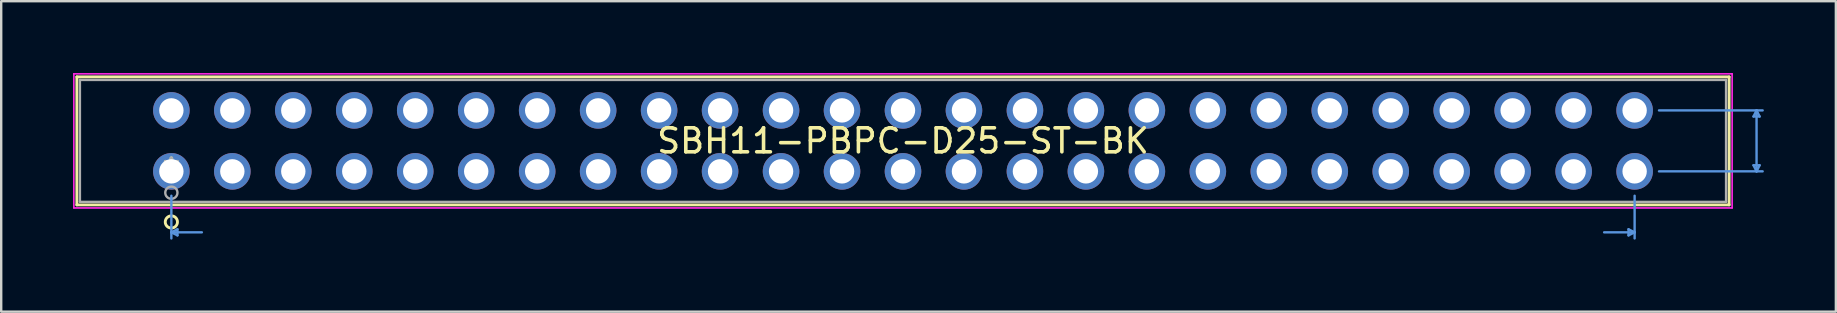
<source format=kicad_pcb>
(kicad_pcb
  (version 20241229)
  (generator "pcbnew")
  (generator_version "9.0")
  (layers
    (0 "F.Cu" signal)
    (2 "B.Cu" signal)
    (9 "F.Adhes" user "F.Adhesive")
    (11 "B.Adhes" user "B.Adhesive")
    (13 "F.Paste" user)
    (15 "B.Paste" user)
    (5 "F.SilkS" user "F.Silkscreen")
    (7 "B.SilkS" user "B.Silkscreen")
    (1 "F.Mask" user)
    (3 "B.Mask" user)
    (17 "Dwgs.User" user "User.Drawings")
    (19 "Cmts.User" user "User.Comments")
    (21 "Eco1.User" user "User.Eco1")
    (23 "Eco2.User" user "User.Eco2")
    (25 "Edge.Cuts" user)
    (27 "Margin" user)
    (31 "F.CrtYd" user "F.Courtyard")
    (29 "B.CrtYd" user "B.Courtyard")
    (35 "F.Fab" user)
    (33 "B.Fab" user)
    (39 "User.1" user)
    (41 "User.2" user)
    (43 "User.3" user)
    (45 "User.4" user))
  (footprint "SBH11-PBPC-D25-ST-BK"
    (layer "F.Cu")
    (at 4.089 4.089)
    (property "Reference" "SBH11-PBPC-D25-ST-BK" (at 30.48 -1.27 0) (layer "F.SilkS") (effects (font (size 1 1) (thickness 0.15))))
    (attr through_hole)
    (fp_line (start -3.937 -3.937) (end -3.937 1.397) (stroke (width 0.12) (type solid)) (layer "F.SilkS"))
    (fp_line (start -3.937 1.397) (end 64.897 1.397) (stroke (width 0.12) (type solid)) (layer "F.SilkS"))
    (fp_line (start 64.897 -3.937) (end -3.937 -3.937) (stroke (width 0.12) (type solid)) (layer "F.SilkS"))
    (fp_line (start 64.897 1.397) (end 64.897 -3.937) (stroke (width 0.12) (type solid)) (layer "F.SilkS"))
    (fp_circle (center 0 2.108) (end 0.254 2.108) (stroke (width 0.12) (type solid)) (fill no) (layer "F.SilkS"))
    (fp_line (start 0 1.016) (end 0 2.794) (stroke (width 0.1) (type solid)) (layer "Cmts.User"))
    (fp_line (start 0 2.54) (end 0.254 2.667) (stroke (width 0.1) (type solid)) (layer "Cmts.User"))
    (fp_line (start 0 2.54) (end 1.27 2.54) (stroke (width 0.1) (type solid)) (layer "Cmts.User"))
    (fp_line (start 0.254 2.413) (end 0 2.54) (stroke (width 0.1) (type solid)) (layer "Cmts.User"))
    (fp_line (start 0.254 2.667) (end 0.254 2.413) (stroke (width 0.1) (type solid)) (layer "Cmts.User"))
    (fp_line (start 60.706 2.413) (end 60.96 2.54) (stroke (width 0.1) (type solid)) (layer "Cmts.User"))
    (fp_line (start 60.706 2.667) (end 60.706 2.413) (stroke (width 0.1) (type solid)) (layer "Cmts.User"))
    (fp_line (start 60.96 1.016) (end 60.96 2.794) (stroke (width 0.1) (type solid)) (layer "Cmts.User"))
    (fp_line (start 60.96 2.54) (end 59.69 2.54) (stroke (width 0.1) (type solid)) (layer "Cmts.User"))
    (fp_line (start 60.96 2.54) (end 60.706 2.667) (stroke (width 0.1) (type solid)) (layer "Cmts.User"))
    (fp_line (start 61.976 -2.54) (end 66.294 -2.54) (stroke (width 0.1) (type solid)) (layer "Cmts.User"))
    (fp_line (start 61.976 0) (end 66.294 0) (stroke (width 0.1) (type solid)) (layer "Cmts.User"))
    (fp_line (start 65.913 -2.286) (end 66.167 -2.286) (stroke (width 0.1) (type solid)) (layer "Cmts.User"))
    (fp_line (start 65.913 -0.254) (end 66.167 -0.254) (stroke (width 0.1) (type solid)) (layer "Cmts.User"))
    (fp_line (start 66.04 -2.54) (end 65.913 -2.286) (stroke (width 0.1) (type solid)) (layer "Cmts.User"))
    (fp_line (start 66.04 -2.54) (end 66.04 0) (stroke (width 0.1) (type solid)) (layer "Cmts.User"))
    (fp_line (start 66.04 0) (end 65.913 -0.254) (stroke (width 0.1) (type solid)) (layer "Cmts.User"))
    (fp_line (start 66.167 -2.286) (end 66.04 -2.54) (stroke (width 0.1) (type solid)) (layer "Cmts.User"))
    (fp_line (start 66.167 -0.254) (end 66.04 0) (stroke (width 0.1) (type solid)) (layer "Cmts.User"))
    (fp_line (start -4.064 -4.064) (end -4.064 1.524) (stroke (width 0.05) (type solid)) (layer "F.CrtYd"))
    (fp_line (start -4.064 -4.064) (end -4.064 1.524) (stroke (width 0.05) (type solid)) (layer "F.CrtYd"))
    (fp_line (start -4.064 1.524) (end 65.024 1.524) (stroke (width 0.05) (type solid)) (layer "F.CrtYd"))
    (fp_line (start -4.064 1.524) (end 65.024 1.524) (stroke (width 0.05) (type solid)) (layer "F.CrtYd"))
    (fp_line (start 65.024 -4.064) (end -4.064 -4.064) (stroke (width 0.05) (type solid)) (layer "F.CrtYd"))
    (fp_line (start 65.024 -4.064) (end -4.064 -4.064) (stroke (width 0.05) (type solid)) (layer "F.CrtYd"))
    (fp_line (start 65.024 1.524) (end 65.024 -4.064) (stroke (width 0.05) (type solid)) (layer "F.CrtYd"))
    (fp_line (start 65.024 1.524) (end 65.024 -4.064) (stroke (width 0.05) (type solid)) (layer "F.CrtYd"))
    (fp_line (start -3.81 -3.81) (end -3.81 1.27) (stroke (width 0.1) (type solid)) (layer "F.Fab"))
    (fp_line (start -3.81 1.27) (end 64.77 1.27) (stroke (width 0.1) (type solid)) (layer "F.Fab"))
    (fp_line (start 64.77 -3.81) (end -3.81 -3.81) (stroke (width 0.1) (type solid)) (layer "F.Fab"))
    (fp_line (start 64.77 1.27) (end 64.77 -3.81) (stroke (width 0.1) (type solid)) (layer "F.Fab"))
    (fp_circle (center 0 0.889) (end 0.254 0.889) (stroke (width 0.1) (type solid)) (fill no) (layer "F.Fab"))
    (fp_text user "*" (at 0 0 0) (layer "F.SilkS") (effects (font (size 1 1) (thickness 0.15))))
    (fp_text user "Copyright 2021 Accelerated Designs. All rights reserved." (at 0 0 0) (layer "Cmts.User") (effects (font (size 0.127 0.127) (thickness 0.002))))
    (fp_text user "*" (at 0 0 0) (layer "F.Fab") (effects (font (size 1 1) (thickness 0.15))))
    (pad "1" thru_hole circle (at 0 0) (size 1.524 1.524) (drill 1.016) (layers "*.Cu" "*.Mask"))
    (pad "2" thru_hole circle (at 0 -2.54) (size 1.524 1.524) (drill 1.016) (layers "*.Cu" "*.Mask"))
    (pad "3" thru_hole circle (at 2.54 0) (size 1.524 1.524) (drill 1.016) (layers "*.Cu" "*.Mask"))
    (pad "4" thru_hole circle (at 2.54 -2.54) (size 1.524 1.524) (drill 1.016) (layers "*.Cu" "*.Mask"))
    (pad "5" thru_hole circle (at 5.08 0) (size 1.524 1.524) (drill 1.016) (layers "*.Cu" "*.Mask"))
    (pad "6" thru_hole circle (at 5.08 -2.54) (size 1.524 1.524) (drill 1.016) (layers "*.Cu" "*.Mask"))
    (pad "7" thru_hole circle (at 7.62 0) (size 1.524 1.524) (drill 1.016) (layers "*.Cu" "*.Mask"))
    (pad "8" thru_hole circle (at 7.62 -2.54) (size 1.524 1.524) (drill 1.016) (layers "*.Cu" "*.Mask"))
    (pad "9" thru_hole circle (at 10.16 0) (size 1.524 1.524) (drill 1.016) (layers "*.Cu" "*.Mask"))
    (pad "10" thru_hole circle (at 10.16 -2.54) (size 1.524 1.524) (drill 1.016) (layers "*.Cu" "*.Mask"))
    (pad "11" thru_hole circle (at 12.7 0) (size 1.524 1.524) (drill 1.016) (layers "*.Cu" "*.Mask"))
    (pad "12" thru_hole circle (at 12.7 -2.54) (size 1.524 1.524) (drill 1.016) (layers "*.Cu" "*.Mask"))
    (pad "13" thru_hole circle (at 15.24 0) (size 1.524 1.524) (drill 1.016) (layers "*.Cu" "*.Mask"))
    (pad "14" thru_hole circle (at 15.24 -2.54) (size 1.524 1.524) (drill 1.016) (layers "*.Cu" "*.Mask"))
    (pad "15" thru_hole circle (at 17.78 0) (size 1.524 1.524) (drill 1.016) (layers "*.Cu" "*.Mask"))
    (pad "16" thru_hole circle (at 17.78 -2.54) (size 1.524 1.524) (drill 1.016) (layers "*.Cu" "*.Mask"))
    (pad "17" thru_hole circle (at 20.32 0) (size 1.524 1.524) (drill 1.016) (layers "*.Cu" "*.Mask"))
    (pad "18" thru_hole circle (at 20.32 -2.54) (size 1.524 1.524) (drill 1.016) (layers "*.Cu" "*.Mask"))
    (pad "19" thru_hole circle (at 22.86 0) (size 1.524 1.524) (drill 1.016) (layers "*.Cu" "*.Mask"))
    (pad "20" thru_hole circle (at 22.86 -2.54) (size 1.524 1.524) (drill 1.016) (layers "*.Cu" "*.Mask"))
    (pad "21" thru_hole circle (at 25.4 0) (size 1.524 1.524) (drill 1.016) (layers "*.Cu" "*.Mask"))
    (pad "22" thru_hole circle (at 25.4 -2.54) (size 1.524 1.524) (drill 1.016) (layers "*.Cu" "*.Mask"))
    (pad "23" thru_hole circle (at 27.94 0) (size 1.524 1.524) (drill 1.016) (layers "*.Cu" "*.Mask"))
    (pad "24" thru_hole circle (at 27.94 -2.54) (size 1.524 1.524) (drill 1.016) (layers "*.Cu" "*.Mask"))
    (pad "25" thru_hole circle (at 30.48 0) (size 1.524 1.524) (drill 1.016) (layers "*.Cu" "*.Mask"))
    (pad "26" thru_hole circle (at 30.48 -2.54) (size 1.524 1.524) (drill 1.016) (layers "*.Cu" "*.Mask"))
    (pad "27" thru_hole circle (at 33.02 0) (size 1.524 1.524) (drill 1.016) (layers "*.Cu" "*.Mask"))
    (pad "28" thru_hole circle (at 33.02 -2.54) (size 1.524 1.524) (drill 1.016) (layers "*.Cu" "*.Mask"))
    (pad "29" thru_hole circle (at 35.56 0) (size 1.524 1.524) (drill 1.016) (layers "*.Cu" "*.Mask"))
    (pad "30" thru_hole circle (at 35.56 -2.54) (size 1.524 1.524) (drill 1.016) (layers "*.Cu" "*.Mask"))
    (pad "31" thru_hole circle (at 38.1 0) (size 1.524 1.524) (drill 1.016) (layers "*.Cu" "*.Mask"))
    (pad "32" thru_hole circle (at 38.1 -2.54) (size 1.524 1.524) (drill 1.016) (layers "*.Cu" "*.Mask"))
    (pad "33" thru_hole circle (at 40.64 0) (size 1.524 1.524) (drill 1.016) (layers "*.Cu" "*.Mask"))
    (pad "34" thru_hole circle (at 40.64 -2.54) (size 1.524 1.524) (drill 1.016) (layers "*.Cu" "*.Mask"))
    (pad "35" thru_hole circle (at 43.18 0) (size 1.524 1.524) (drill 1.016) (layers "*.Cu" "*.Mask"))
    (pad "36" thru_hole circle (at 43.18 -2.54) (size 1.524 1.524) (drill 1.016) (layers "*.Cu" "*.Mask"))
    (pad "37" thru_hole circle (at 45.72 0) (size 1.524 1.524) (drill 1.016) (layers "*.Cu" "*.Mask"))
    (pad "38" thru_hole circle (at 45.72 -2.54) (size 1.524 1.524) (drill 1.016) (layers "*.Cu" "*.Mask"))
    (pad "39" thru_hole circle (at 48.26 0) (size 1.524 1.524) (drill 1.016) (layers "*.Cu" "*.Mask"))
    (pad "40" thru_hole circle (at 48.26 -2.54) (size 1.524 1.524) (drill 1.016) (layers "*.Cu" "*.Mask"))
    (pad "41" thru_hole circle (at 50.8 0) (size 1.524 1.524) (drill 1.016) (layers "*.Cu" "*.Mask"))
    (pad "42" thru_hole circle (at 50.8 -2.54) (size 1.524 1.524) (drill 1.016) (layers "*.Cu" "*.Mask"))
    (pad "43" thru_hole circle (at 53.34 0) (size 1.524 1.524) (drill 1.016) (layers "*.Cu" "*.Mask"))
    (pad "44" thru_hole circle (at 53.34 -2.54) (size 1.524 1.524) (drill 1.016) (layers "*.Cu" "*.Mask"))
    (pad "45" thru_hole circle (at 55.88 0) (size 1.524 1.524) (drill 1.016) (layers "*.Cu" "*.Mask"))
    (pad "46" thru_hole circle (at 55.88 -2.54) (size 1.524 1.524) (drill 1.016) (layers "*.Cu" "*.Mask"))
    (pad "47" thru_hole circle (at 58.42 0) (size 1.524 1.524) (drill 1.016) (layers "*.Cu" "*.Mask"))
    (pad "48" thru_hole circle (at 58.42 -2.54) (size 1.524 1.524) (drill 1.016) (layers "*.Cu" "*.Mask"))
    (pad "49" thru_hole circle (at 60.96 0) (size 1.524 1.524) (drill 1.016) (layers "*.Cu" "*.Mask"))
    (pad "50" thru_hole circle (at 60.96 -2.54) (size 1.524 1.524) (drill 1.016) (layers "*.Cu" "*.Mask")))
  (gr_rect
    (start -3 -3)
    (end 73.433 9.933)
    (stroke (width 0.1) (type default))
    (fill no)
    (layer "Edge.Cuts")))
</source>
